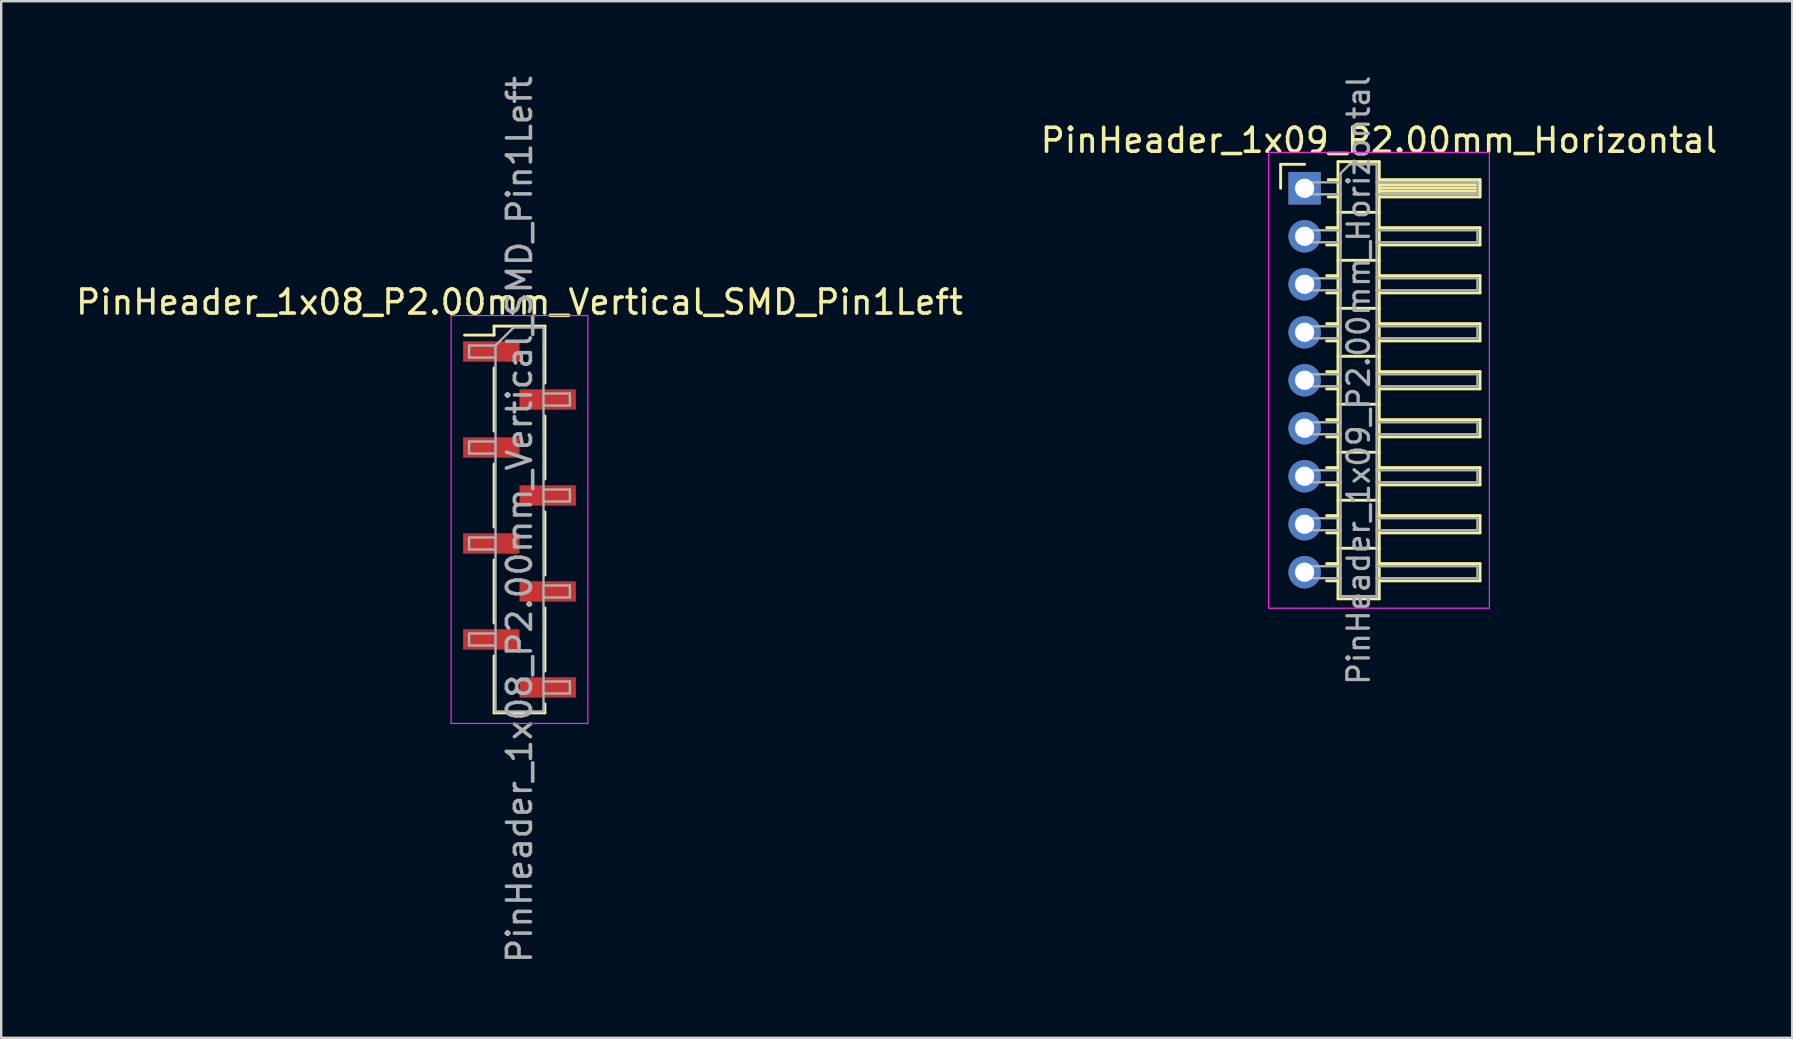
<source format=kicad_pcb>
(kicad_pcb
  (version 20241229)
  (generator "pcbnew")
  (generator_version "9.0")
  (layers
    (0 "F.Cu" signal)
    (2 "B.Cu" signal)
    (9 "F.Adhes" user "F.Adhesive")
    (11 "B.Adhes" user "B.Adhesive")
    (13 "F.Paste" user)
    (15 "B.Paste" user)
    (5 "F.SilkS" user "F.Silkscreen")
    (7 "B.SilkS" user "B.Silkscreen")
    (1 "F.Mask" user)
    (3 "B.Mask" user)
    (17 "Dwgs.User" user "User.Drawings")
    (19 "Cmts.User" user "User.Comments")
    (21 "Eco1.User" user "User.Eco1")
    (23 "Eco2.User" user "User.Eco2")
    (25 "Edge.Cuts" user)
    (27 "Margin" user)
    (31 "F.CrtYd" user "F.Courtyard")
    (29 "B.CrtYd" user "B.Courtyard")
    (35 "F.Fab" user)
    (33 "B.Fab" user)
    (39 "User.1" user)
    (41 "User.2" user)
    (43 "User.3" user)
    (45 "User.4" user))
  (footprint "PinHeader_1x08_P2.00mm_Vertical_SMD_Pin1Left"
    (layer "F.Cu")
    (at 18.601 18.601)
    (property "Reference" "PinHeader_1x08_P2.00mm_Vertical_SMD_Pin1Left" (at 0 -9.06 0) (layer "F.SilkS") (effects (font (size 1 1) (thickness 0.15))))
    (attr smd)
    (fp_line (start -1.06 -8.06) (end -1.06 -7.685) (stroke (width 0.12) (type solid)) (layer "F.SilkS"))
    (fp_line (start -1.06 -8.06) (end 1.06 -8.06) (stroke (width 0.12) (type solid)) (layer "F.SilkS"))
    (fp_line (start -1.06 -7.685) (end -2.29 -7.685) (stroke (width 0.12) (type solid)) (layer "F.SilkS"))
    (fp_line (start -1.06 -6.315) (end -1.06 -3.685) (stroke (width 0.12) (type solid)) (layer "F.SilkS"))
    (fp_line (start -1.06 -2.315) (end -1.06 0.315) (stroke (width 0.12) (type solid)) (layer "F.SilkS"))
    (fp_line (start -1.06 1.685) (end -1.06 4.315) (stroke (width 0.12) (type solid)) (layer "F.SilkS"))
    (fp_line (start -1.06 5.685) (end -1.06 8.06) (stroke (width 0.12) (type solid)) (layer "F.SilkS"))
    (fp_line (start -1.06 8.06) (end 1.06 8.06) (stroke (width 0.12) (type solid)) (layer "F.SilkS"))
    (fp_line (start 1.06 -8.06) (end 1.06 -5.685) (stroke (width 0.12) (type solid)) (layer "F.SilkS"))
    (fp_line (start 1.06 -4.315) (end 1.06 -1.685) (stroke (width 0.12) (type solid)) (layer "F.SilkS"))
    (fp_line (start 1.06 -0.315) (end 1.06 2.315) (stroke (width 0.12) (type solid)) (layer "F.SilkS"))
    (fp_line (start 1.06 3.685) (end 1.06 6.315) (stroke (width 0.12) (type solid)) (layer "F.SilkS"))
    (fp_line (start 1.06 7.685) (end 1.06 8.06) (stroke (width 0.12) (type solid)) (layer "F.SilkS"))
    (fp_line (start -2.85 -8.5) (end -2.85 8.5) (stroke (width 0.05) (type solid)) (layer "F.CrtYd"))
    (fp_line (start -2.85 8.5) (end 2.85 8.5) (stroke (width 0.05) (type solid)) (layer "F.CrtYd"))
    (fp_line (start 2.85 -8.5) (end -2.85 -8.5) (stroke (width 0.05) (type solid)) (layer "F.CrtYd"))
    (fp_line (start 2.85 8.5) (end 2.85 -8.5) (stroke (width 0.05) (type solid)) (layer "F.CrtYd"))
    (fp_line (start -2.1 -7.25) (end -2.1 -6.75) (stroke (width 0.1) (type solid)) (layer "F.Fab"))
    (fp_line (start -2.1 -6.75) (end -1 -6.75) (stroke (width 0.1) (type solid)) (layer "F.Fab"))
    (fp_line (start -2.1 -3.25) (end -2.1 -2.75) (stroke (width 0.1) (type solid)) (layer "F.Fab"))
    (fp_line (start -2.1 -2.75) (end -1 -2.75) (stroke (width 0.1) (type solid)) (layer "F.Fab"))
    (fp_line (start -2.1 0.75) (end -2.1 1.25) (stroke (width 0.1) (type solid)) (layer "F.Fab"))
    (fp_line (start -2.1 1.25) (end -1 1.25) (stroke (width 0.1) (type solid)) (layer "F.Fab"))
    (fp_line (start -2.1 4.75) (end -2.1 5.25) (stroke (width 0.1) (type solid)) (layer "F.Fab"))
    (fp_line (start -2.1 5.25) (end -1 5.25) (stroke (width 0.1) (type solid)) (layer "F.Fab"))
    (fp_line (start -1 -7.25) (end -2.1 -7.25) (stroke (width 0.1) (type solid)) (layer "F.Fab"))
    (fp_line (start -1 -7.25) (end -0.25 -8) (stroke (width 0.1) (type solid)) (layer "F.Fab"))
    (fp_line (start -1 -3.25) (end -2.1 -3.25) (stroke (width 0.1) (type solid)) (layer "F.Fab"))
    (fp_line (start -1 0.75) (end -2.1 0.75) (stroke (width 0.1) (type solid)) (layer "F.Fab"))
    (fp_line (start -1 4.75) (end -2.1 4.75) (stroke (width 0.1) (type solid)) (layer "F.Fab"))
    (fp_line (start -1 8) (end -1 -7.25) (stroke (width 0.1) (type solid)) (layer "F.Fab"))
    (fp_line (start -0.25 -8) (end 1 -8) (stroke (width 0.1) (type solid)) (layer "F.Fab"))
    (fp_line (start 1 -8) (end 1 8) (stroke (width 0.1) (type solid)) (layer "F.Fab"))
    (fp_line (start 1 -5.25) (end 2.1 -5.25) (stroke (width 0.1) (type solid)) (layer "F.Fab"))
    (fp_line (start 1 -1.25) (end 2.1 -1.25) (stroke (width 0.1) (type solid)) (layer "F.Fab"))
    (fp_line (start 1 2.75) (end 2.1 2.75) (stroke (width 0.1) (type solid)) (layer "F.Fab"))
    (fp_line (start 1 6.75) (end 2.1 6.75) (stroke (width 0.1) (type solid)) (layer "F.Fab"))
    (fp_line (start 1 8) (end -1 8) (stroke (width 0.1) (type solid)) (layer "F.Fab"))
    (fp_line (start 2.1 -5.25) (end 2.1 -4.75) (stroke (width 0.1) (type solid)) (layer "F.Fab"))
    (fp_line (start 2.1 -4.75) (end 1 -4.75) (stroke (width 0.1) (type solid)) (layer "F.Fab"))
    (fp_line (start 2.1 -1.25) (end 2.1 -0.75) (stroke (width 0.1) (type solid)) (layer "F.Fab"))
    (fp_line (start 2.1 -0.75) (end 1 -0.75) (stroke (width 0.1) (type solid)) (layer "F.Fab"))
    (fp_line (start 2.1 2.75) (end 2.1 3.25) (stroke (width 0.1) (type solid)) (layer "F.Fab"))
    (fp_line (start 2.1 3.25) (end 1 3.25) (stroke (width 0.1) (type solid)) (layer "F.Fab"))
    (fp_line (start 2.1 6.75) (end 2.1 7.25) (stroke (width 0.1) (type solid)) (layer "F.Fab"))
    (fp_line (start 2.1 7.25) (end 1 7.25) (stroke (width 0.1) (type solid)) (layer "F.Fab"))
    (fp_text user "${REFERENCE}" (at 0 0 90) (layer "F.Fab") (effects (font (size 1 1) (thickness 0.15))))
    (pad "1" smd rect (at -1.175 -7) (size 2.35 0.85) (layers "F.Cu" "F.Mask" "F.Paste"))
    (pad "2" smd rect (at 1.175 -5) (size 2.35 0.85) (layers "F.Cu" "F.Mask" "F.Paste"))
    (pad "3" smd rect (at -1.175 -3) (size 2.35 0.85) (layers "F.Cu" "F.Mask" "F.Paste"))
    (pad "4" smd rect (at 1.175 -1) (size 2.35 0.85) (layers "F.Cu" "F.Mask" "F.Paste"))
    (pad "5" smd rect (at -1.175 1) (size 2.35 0.85) (layers "F.Cu" "F.Mask" "F.Paste"))
    (pad "6" smd rect (at 1.175 3) (size 2.35 0.85) (layers "F.Cu" "F.Mask" "F.Paste"))
    (pad "7" smd rect (at -1.175 5) (size 2.35 0.85) (layers "F.Cu" "F.Mask" "F.Paste"))
    (pad "8" smd rect (at 1.175 7) (size 2.35 0.85) (layers "F.Cu" "F.Mask" "F.Paste")))
  (footprint "PinHeader_1x09_P2.00mm_Horizontal"
    (layer "F.Cu")
    (at 51.323 4.798)
    (property "Reference" "PinHeader_1x09_P2.00mm_Horizontal" (at 3.1 -2 0) (layer "F.SilkS") (effects (font (size 1 1) (thickness 0.15))))
    (attr through_hole)
    (fp_line (start -1 -1) (end 0 -1) (stroke (width 0.12) (type solid)) (layer "F.SilkS"))
    (fp_line (start -1 0) (end -1 -1) (stroke (width 0.12) (type solid)) (layer "F.SilkS"))
    (fp_line (start 0.917 1.64) (end 1.39 1.64) (stroke (width 0.12) (type solid)) (layer "F.SilkS"))
    (fp_line (start 0.917 2.36) (end 1.39 2.36) (stroke (width 0.12) (type solid)) (layer "F.SilkS"))
    (fp_line (start 0.917 3.64) (end 1.39 3.64) (stroke (width 0.12) (type solid)) (layer "F.SilkS"))
    (fp_line (start 0.917 4.36) (end 1.39 4.36) (stroke (width 0.12) (type solid)) (layer "F.SilkS"))
    (fp_line (start 0.917 5.64) (end 1.39 5.64) (stroke (width 0.12) (type solid)) (layer "F.SilkS"))
    (fp_line (start 0.917 6.36) (end 1.39 6.36) (stroke (width 0.12) (type solid)) (layer "F.SilkS"))
    (fp_line (start 0.917 7.64) (end 1.39 7.64) (stroke (width 0.12) (type solid)) (layer "F.SilkS"))
    (fp_line (start 0.917 8.36) (end 1.39 8.36) (stroke (width 0.12) (type solid)) (layer "F.SilkS"))
    (fp_line (start 0.917 9.64) (end 1.39 9.64) (stroke (width 0.12) (type solid)) (layer "F.SilkS"))
    (fp_line (start 0.917 10.36) (end 1.39 10.36) (stroke (width 0.12) (type solid)) (layer "F.SilkS"))
    (fp_line (start 0.917 11.64) (end 1.39 11.64) (stroke (width 0.12) (type solid)) (layer "F.SilkS"))
    (fp_line (start 0.917 12.36) (end 1.39 12.36) (stroke (width 0.12) (type solid)) (layer "F.SilkS"))
    (fp_line (start 0.917 13.64) (end 1.39 13.64) (stroke (width 0.12) (type solid)) (layer "F.SilkS"))
    (fp_line (start 0.917 14.36) (end 1.39 14.36) (stroke (width 0.12) (type solid)) (layer "F.SilkS"))
    (fp_line (start 0.917 15.64) (end 1.39 15.64) (stroke (width 0.12) (type solid)) (layer "F.SilkS"))
    (fp_line (start 0.917 16.36) (end 1.39 16.36) (stroke (width 0.12) (type solid)) (layer "F.SilkS"))
    (fp_line (start 0.985 -0.36) (end 1.39 -0.36) (stroke (width 0.12) (type solid)) (layer "F.SilkS"))
    (fp_line (start 0.985 0.36) (end 1.39 0.36) (stroke (width 0.12) (type solid)) (layer "F.SilkS"))
    (fp_line (start 1.39 -1.11) (end 1.39 17.11) (stroke (width 0.12) (type solid)) (layer "F.SilkS"))
    (fp_line (start 1.39 1) (end 3.11 1) (stroke (width 0.12) (type solid)) (layer "F.SilkS"))
    (fp_line (start 1.39 3) (end 3.11 3) (stroke (width 0.12) (type solid)) (layer "F.SilkS"))
    (fp_line (start 1.39 5) (end 3.11 5) (stroke (width 0.12) (type solid)) (layer "F.SilkS"))
    (fp_line (start 1.39 7) (end 3.11 7) (stroke (width 0.12) (type solid)) (layer "F.SilkS"))
    (fp_line (start 1.39 9) (end 3.11 9) (stroke (width 0.12) (type solid)) (layer "F.SilkS"))
    (fp_line (start 1.39 11) (end 3.11 11) (stroke (width 0.12) (type solid)) (layer "F.SilkS"))
    (fp_line (start 1.39 13) (end 3.11 13) (stroke (width 0.12) (type solid)) (layer "F.SilkS"))
    (fp_line (start 1.39 15) (end 3.11 15) (stroke (width 0.12) (type solid)) (layer "F.SilkS"))
    (fp_line (start 1.39 17.11) (end 3.11 17.11) (stroke (width 0.12) (type solid)) (layer "F.SilkS"))
    (fp_line (start 3.11 -1.11) (end 1.39 -1.11) (stroke (width 0.12) (type solid)) (layer "F.SilkS"))
    (fp_line (start 3.11 -0.36) (end 7.31 -0.36) (stroke (width 0.12) (type solid)) (layer "F.SilkS"))
    (fp_line (start 3.11 -0.25) (end 7.31 -0.25) (stroke (width 0.12) (type solid)) (layer "F.SilkS"))
    (fp_line (start 3.11 -0.13) (end 7.31 -0.13) (stroke (width 0.12) (type solid)) (layer "F.SilkS"))
    (fp_line (start 3.11 -0.01) (end 7.31 -0.01) (stroke (width 0.12) (type solid)) (layer "F.SilkS"))
    (fp_line (start 3.11 0.11) (end 7.31 0.11) (stroke (width 0.12) (type solid)) (layer "F.SilkS"))
    (fp_line (start 3.11 0.23) (end 7.31 0.23) (stroke (width 0.12) (type solid)) (layer "F.SilkS"))
    (fp_line (start 3.11 1.64) (end 7.31 1.64) (stroke (width 0.12) (type solid)) (layer "F.SilkS"))
    (fp_line (start 3.11 3.64) (end 7.31 3.64) (stroke (width 0.12) (type solid)) (layer "F.SilkS"))
    (fp_line (start 3.11 5.64) (end 7.31 5.64) (stroke (width 0.12) (type solid)) (layer "F.SilkS"))
    (fp_line (start 3.11 7.64) (end 7.31 7.64) (stroke (width 0.12) (type solid)) (layer "F.SilkS"))
    (fp_line (start 3.11 9.64) (end 7.31 9.64) (stroke (width 0.12) (type solid)) (layer "F.SilkS"))
    (fp_line (start 3.11 11.64) (end 7.31 11.64) (stroke (width 0.12) (type solid)) (layer "F.SilkS"))
    (fp_line (start 3.11 13.64) (end 7.31 13.64) (stroke (width 0.12) (type solid)) (layer "F.SilkS"))
    (fp_line (start 3.11 15.64) (end 7.31 15.64) (stroke (width 0.12) (type solid)) (layer "F.SilkS"))
    (fp_line (start 3.11 17.11) (end 3.11 -1.11) (stroke (width 0.12) (type solid)) (layer "F.SilkS"))
    (fp_line (start 7.31 -0.36) (end 7.31 0.36) (stroke (width 0.12) (type solid)) (layer "F.SilkS"))
    (fp_line (start 7.31 0.36) (end 3.11 0.36) (stroke (width 0.12) (type solid)) (layer "F.SilkS"))
    (fp_line (start 7.31 1.64) (end 7.31 2.36) (stroke (width 0.12) (type solid)) (layer "F.SilkS"))
    (fp_line (start 7.31 2.36) (end 3.11 2.36) (stroke (width 0.12) (type solid)) (layer "F.SilkS"))
    (fp_line (start 7.31 3.64) (end 7.31 4.36) (stroke (width 0.12) (type solid)) (layer "F.SilkS"))
    (fp_line (start 7.31 4.36) (end 3.11 4.36) (stroke (width 0.12) (type solid)) (layer "F.SilkS"))
    (fp_line (start 7.31 5.64) (end 7.31 6.36) (stroke (width 0.12) (type solid)) (layer "F.SilkS"))
    (fp_line (start 7.31 6.36) (end 3.11 6.36) (stroke (width 0.12) (type solid)) (layer "F.SilkS"))
    (fp_line (start 7.31 7.64) (end 7.31 8.36) (stroke (width 0.12) (type solid)) (layer "F.SilkS"))
    (fp_line (start 7.31 8.36) (end 3.11 8.36) (stroke (width 0.12) (type solid)) (layer "F.SilkS"))
    (fp_line (start 7.31 9.64) (end 7.31 10.36) (stroke (width 0.12) (type solid)) (layer "F.SilkS"))
    (fp_line (start 7.31 10.36) (end 3.11 10.36) (stroke (width 0.12) (type solid)) (layer "F.SilkS"))
    (fp_line (start 7.31 11.64) (end 7.31 12.36) (stroke (width 0.12) (type solid)) (layer "F.SilkS"))
    (fp_line (start 7.31 12.36) (end 3.11 12.36) (stroke (width 0.12) (type solid)) (layer "F.SilkS"))
    (fp_line (start 7.31 13.64) (end 7.31 14.36) (stroke (width 0.12) (type solid)) (layer "F.SilkS"))
    (fp_line (start 7.31 14.36) (end 3.11 14.36) (stroke (width 0.12) (type solid)) (layer "F.SilkS"))
    (fp_line (start 7.31 15.64) (end 7.31 16.36) (stroke (width 0.12) (type solid)) (layer "F.SilkS"))
    (fp_line (start 7.31 16.36) (end 3.11 16.36) (stroke (width 0.12) (type solid)) (layer "F.SilkS"))
    (fp_line (start -1.5 -1.5) (end -1.5 17.5) (stroke (width 0.05) (type solid)) (layer "F.CrtYd"))
    (fp_line (start -1.5 17.5) (end 7.7 17.5) (stroke (width 0.05) (type solid)) (layer "F.CrtYd"))
    (fp_line (start 7.7 -1.5) (end -1.5 -1.5) (stroke (width 0.05) (type solid)) (layer "F.CrtYd"))
    (fp_line (start 7.7 17.5) (end 7.7 -1.5) (stroke (width 0.05) (type solid)) (layer "F.CrtYd"))
    (fp_line (start -0.25 -0.25) (end -0.25 0.25) (stroke (width 0.1) (type solid)) (layer "F.Fab"))
    (fp_line (start -0.25 -0.25) (end 1.5 -0.25) (stroke (width 0.1) (type solid)) (layer "F.Fab"))
    (fp_line (start -0.25 0.25) (end 1.5 0.25) (stroke (width 0.1) (type solid)) (layer "F.Fab"))
    (fp_line (start -0.25 1.75) (end -0.25 2.25) (stroke (width 0.1) (type solid)) (layer "F.Fab"))
    (fp_line (start -0.25 1.75) (end 1.5 1.75) (stroke (width 0.1) (type solid)) (layer "F.Fab"))
    (fp_line (start -0.25 2.25) (end 1.5 2.25) (stroke (width 0.1) (type solid)) (layer "F.Fab"))
    (fp_line (start -0.25 3.75) (end -0.25 4.25) (stroke (width 0.1) (type solid)) (layer "F.Fab"))
    (fp_line (start -0.25 3.75) (end 1.5 3.75) (stroke (width 0.1) (type solid)) (layer "F.Fab"))
    (fp_line (start -0.25 4.25) (end 1.5 4.25) (stroke (width 0.1) (type solid)) (layer "F.Fab"))
    (fp_line (start -0.25 5.75) (end -0.25 6.25) (stroke (width 0.1) (type solid)) (layer "F.Fab"))
    (fp_line (start -0.25 5.75) (end 1.5 5.75) (stroke (width 0.1) (type solid)) (layer "F.Fab"))
    (fp_line (start -0.25 6.25) (end 1.5 6.25) (stroke (width 0.1) (type solid)) (layer "F.Fab"))
    (fp_line (start -0.25 7.75) (end -0.25 8.25) (stroke (width 0.1) (type solid)) (layer "F.Fab"))
    (fp_line (start -0.25 7.75) (end 1.5 7.75) (stroke (width 0.1) (type solid)) (layer "F.Fab"))
    (fp_line (start -0.25 8.25) (end 1.5 8.25) (stroke (width 0.1) (type solid)) (layer "F.Fab"))
    (fp_line (start -0.25 9.75) (end -0.25 10.25) (stroke (width 0.1) (type solid)) (layer "F.Fab"))
    (fp_line (start -0.25 9.75) (end 1.5 9.75) (stroke (width 0.1) (type solid)) (layer "F.Fab"))
    (fp_line (start -0.25 10.25) (end 1.5 10.25) (stroke (width 0.1) (type solid)) (layer "F.Fab"))
    (fp_line (start -0.25 11.75) (end -0.25 12.25) (stroke (width 0.1) (type solid)) (layer "F.Fab"))
    (fp_line (start -0.25 11.75) (end 1.5 11.75) (stroke (width 0.1) (type solid)) (layer "F.Fab"))
    (fp_line (start -0.25 12.25) (end 1.5 12.25) (stroke (width 0.1) (type solid)) (layer "F.Fab"))
    (fp_line (start -0.25 13.75) (end -0.25 14.25) (stroke (width 0.1) (type solid)) (layer "F.Fab"))
    (fp_line (start -0.25 13.75) (end 1.5 13.75) (stroke (width 0.1) (type solid)) (layer "F.Fab"))
    (fp_line (start -0.25 14.25) (end 1.5 14.25) (stroke (width 0.1) (type solid)) (layer "F.Fab"))
    (fp_line (start -0.25 15.75) (end -0.25 16.25) (stroke (width 0.1) (type solid)) (layer "F.Fab"))
    (fp_line (start -0.25 15.75) (end 1.5 15.75) (stroke (width 0.1) (type solid)) (layer "F.Fab"))
    (fp_line (start -0.25 16.25) (end 1.5 16.25) (stroke (width 0.1) (type solid)) (layer "F.Fab"))
    (fp_line (start 1.5 -0.625) (end 1.875 -1) (stroke (width 0.1) (type solid)) (layer "F.Fab"))
    (fp_line (start 1.5 17) (end 1.5 -0.625) (stroke (width 0.1) (type solid)) (layer "F.Fab"))
    (fp_line (start 1.875 -1) (end 3 -1) (stroke (width 0.1) (type solid)) (layer "F.Fab"))
    (fp_line (start 3 -1) (end 3 17) (stroke (width 0.1) (type solid)) (layer "F.Fab"))
    (fp_line (start 3 -0.25) (end 7.2 -0.25) (stroke (width 0.1) (type solid)) (layer "F.Fab"))
    (fp_line (start 3 0.25) (end 7.2 0.25) (stroke (width 0.1) (type solid)) (layer "F.Fab"))
    (fp_line (start 3 1.75) (end 7.2 1.75) (stroke (width 0.1) (type solid)) (layer "F.Fab"))
    (fp_line (start 3 2.25) (end 7.2 2.25) (stroke (width 0.1) (type solid)) (layer "F.Fab"))
    (fp_line (start 3 3.75) (end 7.2 3.75) (stroke (width 0.1) (type solid)) (layer "F.Fab"))
    (fp_line (start 3 4.25) (end 7.2 4.25) (stroke (width 0.1) (type solid)) (layer "F.Fab"))
    (fp_line (start 3 5.75) (end 7.2 5.75) (stroke (width 0.1) (type solid)) (layer "F.Fab"))
    (fp_line (start 3 6.25) (end 7.2 6.25) (stroke (width 0.1) (type solid)) (layer "F.Fab"))
    (fp_line (start 3 7.75) (end 7.2 7.75) (stroke (width 0.1) (type solid)) (layer "F.Fab"))
    (fp_line (start 3 8.25) (end 7.2 8.25) (stroke (width 0.1) (type solid)) (layer "F.Fab"))
    (fp_line (start 3 9.75) (end 7.2 9.75) (stroke (width 0.1) (type solid)) (layer "F.Fab"))
    (fp_line (start 3 10.25) (end 7.2 10.25) (stroke (width 0.1) (type solid)) (layer "F.Fab"))
    (fp_line (start 3 11.75) (end 7.2 11.75) (stroke (width 0.1) (type solid)) (layer "F.Fab"))
    (fp_line (start 3 12.25) (end 7.2 12.25) (stroke (width 0.1) (type solid)) (layer "F.Fab"))
    (fp_line (start 3 13.75) (end 7.2 13.75) (stroke (width 0.1) (type solid)) (layer "F.Fab"))
    (fp_line (start 3 14.25) (end 7.2 14.25) (stroke (width 0.1) (type solid)) (layer "F.Fab"))
    (fp_line (start 3 15.75) (end 7.2 15.75) (stroke (width 0.1) (type solid)) (layer "F.Fab"))
    (fp_line (start 3 16.25) (end 7.2 16.25) (stroke (width 0.1) (type solid)) (layer "F.Fab"))
    (fp_line (start 3 17) (end 1.5 17) (stroke (width 0.1) (type solid)) (layer "F.Fab"))
    (fp_line (start 7.2 -0.25) (end 7.2 0.25) (stroke (width 0.1) (type solid)) (layer "F.Fab"))
    (fp_line (start 7.2 1.75) (end 7.2 2.25) (stroke (width 0.1) (type solid)) (layer "F.Fab"))
    (fp_line (start 7.2 3.75) (end 7.2 4.25) (stroke (width 0.1) (type solid)) (layer "F.Fab"))
    (fp_line (start 7.2 5.75) (end 7.2 6.25) (stroke (width 0.1) (type solid)) (layer "F.Fab"))
    (fp_line (start 7.2 7.75) (end 7.2 8.25) (stroke (width 0.1) (type solid)) (layer "F.Fab"))
    (fp_line (start 7.2 9.75) (end 7.2 10.25) (stroke (width 0.1) (type solid)) (layer "F.Fab"))
    (fp_line (start 7.2 11.75) (end 7.2 12.25) (stroke (width 0.1) (type solid)) (layer "F.Fab"))
    (fp_line (start 7.2 13.75) (end 7.2 14.25) (stroke (width 0.1) (type solid)) (layer "F.Fab"))
    (fp_line (start 7.2 15.75) (end 7.2 16.25) (stroke (width 0.1) (type solid)) (layer "F.Fab"))
    (fp_text user "${REFERENCE}" (at 2.25 8 90) (layer "F.Fab") (effects (font (size 0.9 0.9) (thickness 0.135))))
    (pad "1" thru_hole rect (at 0 0) (size 1.35 1.35) (drill 0.8) (layers "*.Cu" "*.Mask"))
    (pad "2" thru_hole circle (at 0 2) (size 1.35 1.35) (drill 0.8) (layers "*.Cu" "*.Mask"))
    (pad "3" thru_hole circle (at 0 4) (size 1.35 1.35) (drill 0.8) (layers "*.Cu" "*.Mask"))
    (pad "4" thru_hole circle (at 0 6) (size 1.35 1.35) (drill 0.8) (layers "*.Cu" "*.Mask"))
    (pad "5" thru_hole circle (at 0 8) (size 1.35 1.35) (drill 0.8) (layers "*.Cu" "*.Mask"))
    (pad "6" thru_hole circle (at 0 10) (size 1.35 1.35) (drill 0.8) (layers "*.Cu" "*.Mask"))
    (pad "7" thru_hole circle (at 0 12) (size 1.35 1.35) (drill 0.8) (layers "*.Cu" "*.Mask"))
    (pad "8" thru_hole circle (at 0 14) (size 1.35 1.35) (drill 0.8) (layers "*.Cu" "*.Mask"))
    (pad "9" thru_hole circle (at 0 16) (size 1.35 1.35) (drill 0.8) (layers "*.Cu" "*.Mask")))
  (gr_rect
    (start -3 -3)
    (end 71.643 40.202)
    (stroke (width 0.1) (type default))
    (fill no)
    (layer "Edge.Cuts")))
</source>
